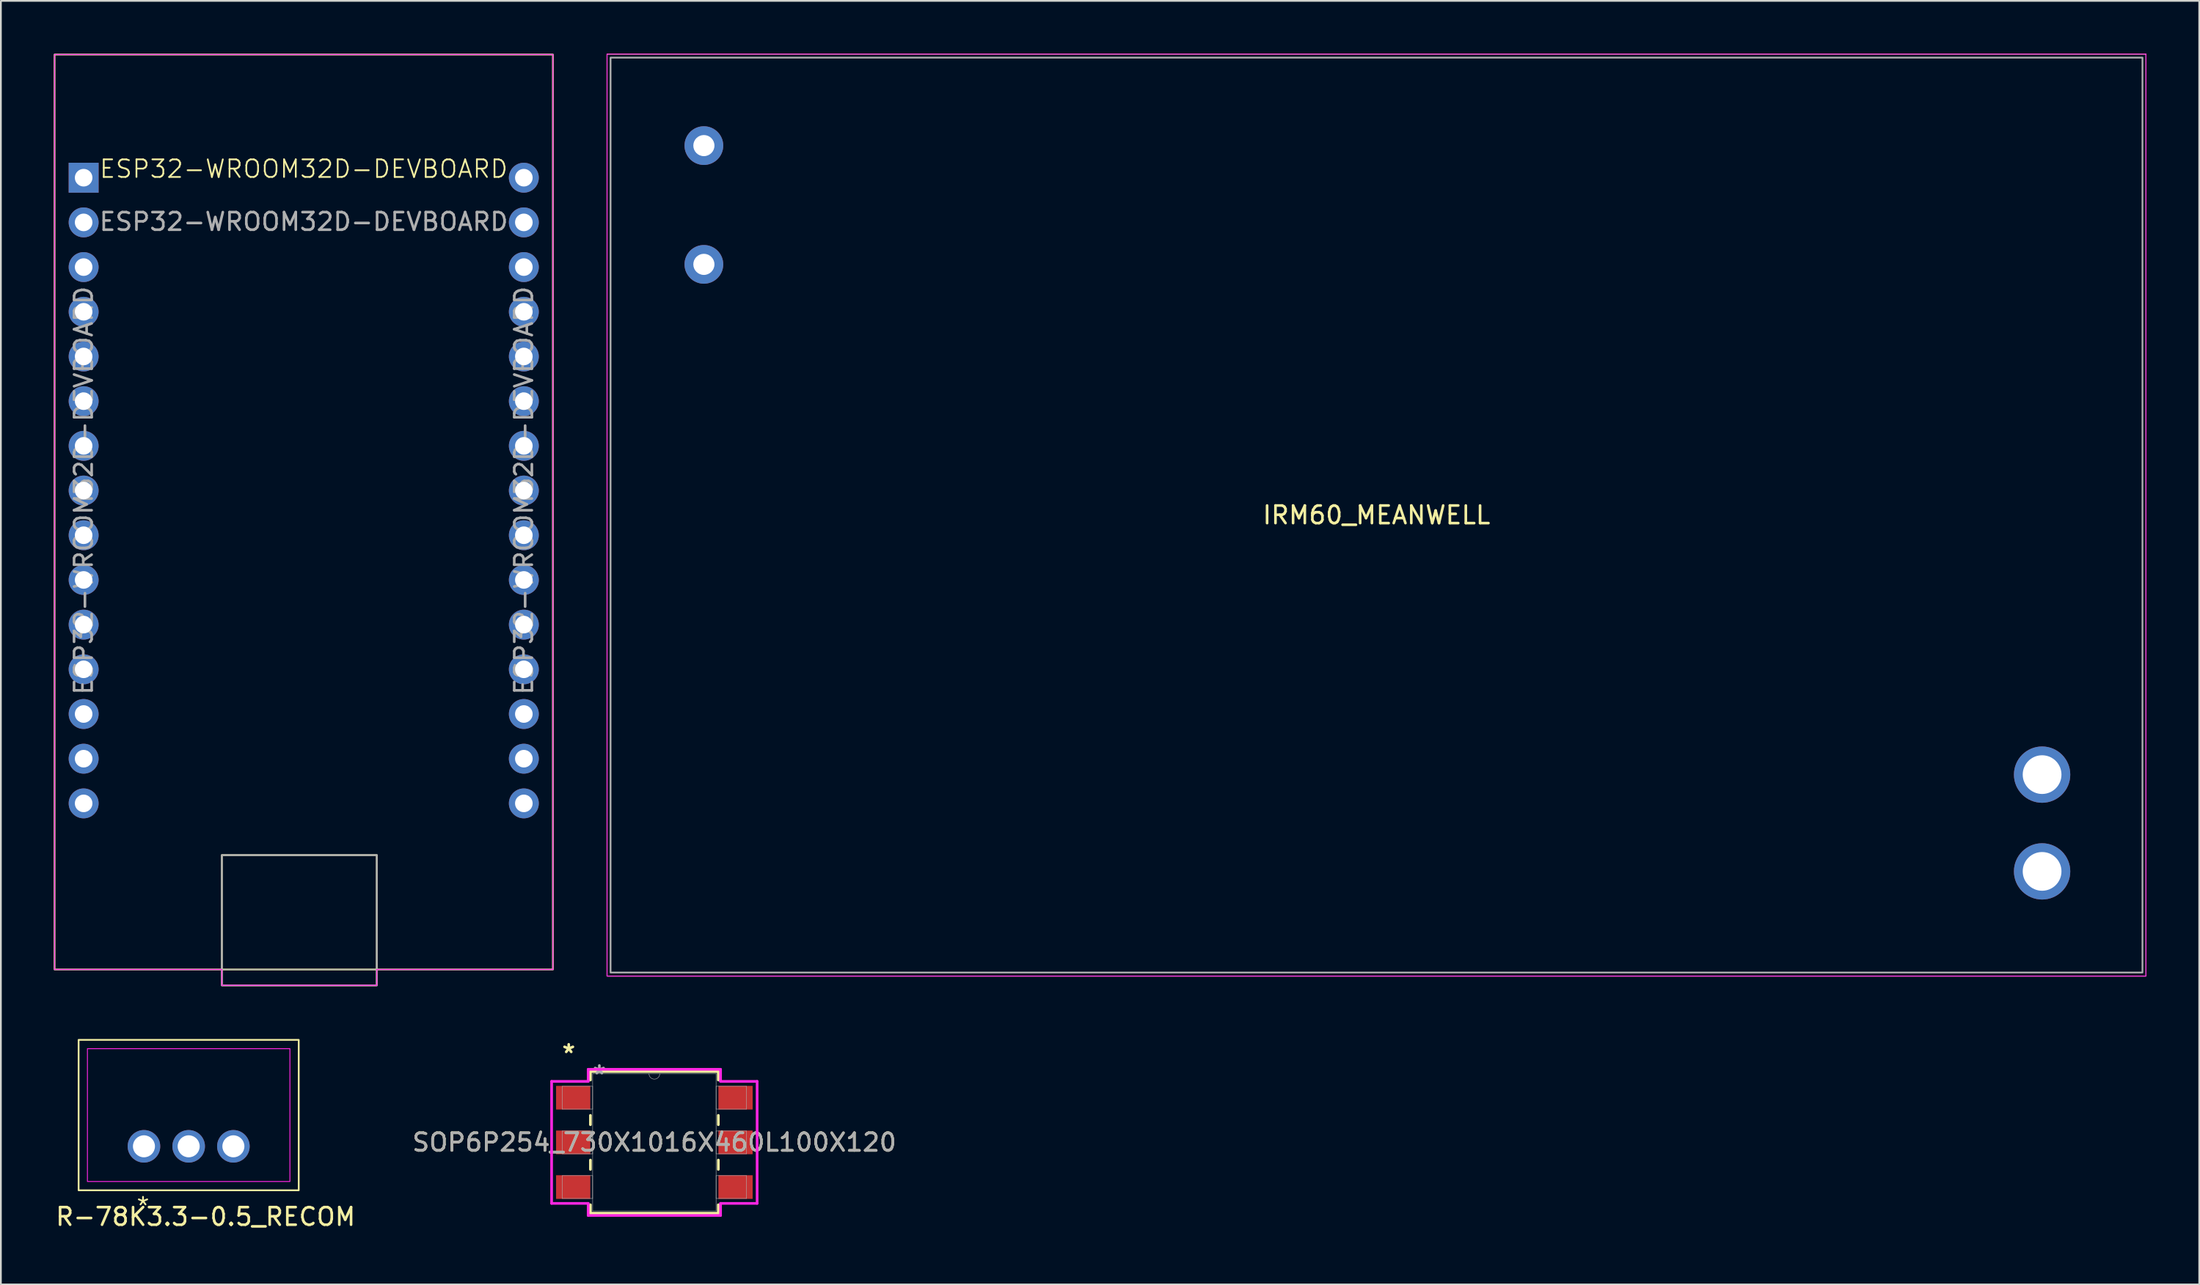
<source format=kicad_pcb>
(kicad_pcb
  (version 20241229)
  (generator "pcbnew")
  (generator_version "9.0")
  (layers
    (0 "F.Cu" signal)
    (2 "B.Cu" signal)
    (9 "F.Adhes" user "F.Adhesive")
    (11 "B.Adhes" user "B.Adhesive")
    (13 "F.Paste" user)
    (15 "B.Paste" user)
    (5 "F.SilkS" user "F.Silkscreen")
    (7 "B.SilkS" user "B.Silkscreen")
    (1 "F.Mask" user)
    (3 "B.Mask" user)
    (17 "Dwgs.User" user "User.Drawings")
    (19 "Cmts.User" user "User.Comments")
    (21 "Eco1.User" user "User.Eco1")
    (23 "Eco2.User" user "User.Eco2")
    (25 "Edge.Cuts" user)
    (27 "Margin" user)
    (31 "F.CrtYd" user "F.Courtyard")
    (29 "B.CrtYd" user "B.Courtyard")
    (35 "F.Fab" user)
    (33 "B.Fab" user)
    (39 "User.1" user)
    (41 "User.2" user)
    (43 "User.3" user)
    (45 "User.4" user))
  (footprint "ESP32-WROOM32D-DEVBOARD"
    (layer "F.Cu")
    (at 14.2 7.05)
    (property "Reference" "ESP32-WROOM32D-DEVBOARD" (at 0 -0.5 0) (unlocked yes) (layer "F.SilkS") (effects (font (size 1 1) (thickness 0.1))))
    (attr smd)
    (fp_rect (start -14.15 -7) (end 14.15 45) (stroke (width 0.1) (type solid)) (fill no) (layer "F.SilkS"))
    (fp_rect (start -4.65 38.5) (end 4.15 45.9) (stroke (width 0.1) (type solid)) (fill no) (layer "F.SilkS"))
    (fp_line (start -14.15 -7) (end -14.15 45) (stroke (width 0.05) (type default)) (layer "F.CrtYd"))
    (fp_line (start -14.15 45) (end -4.65 45) (stroke (width 0.05) (type default)) (layer "F.CrtYd"))
    (fp_line (start -4.65 45.9) (end -4.65 45) (stroke (width 0.05) (type default)) (layer "F.CrtYd"))
    (fp_line (start -4.65 45.9) (end 4.15 45.9) (stroke (width 0.05) (type default)) (layer "F.CrtYd"))
    (fp_line (start 4.15 45) (end 4.15 45.9) (stroke (width 0.05) (type default)) (layer "F.CrtYd"))
    (fp_line (start 14.15 -7) (end -14.15 -7) (stroke (width 0.05) (type default)) (layer "F.CrtYd"))
    (fp_line (start 14.15 45) (end 4.15 45) (stroke (width 0.05) (type default)) (layer "F.CrtYd"))
    (fp_line (start 14.15 45) (end 14.15 -7) (stroke (width 0.05) (type default)) (layer "F.CrtYd"))
    (fp_rect (start -14.15 -7) (end 14.15 45) (stroke (width 0.05) (type solid)) (fill no) (layer "F.Fab"))
    (fp_rect (start -4.65 38.5) (end 4.15 45.9) (stroke (width 0.1) (type solid)) (fill no) (layer "F.Fab"))
    (fp_text user "${REFERENCE}" (at -12.5 17.78 90) (layer "F.Fab") (effects (font (size 1 1) (thickness 0.15))))
    (fp_text user "${REFERENCE}" (at 0 2.5 0) (unlocked yes) (layer "F.Fab") (effects (font (size 1 1) (thickness 0.15))))
    (fp_text user "${REFERENCE}" (at 12.5 17.78 90) (layer "F.Fab") (effects (font (size 1 1) (thickness 0.15))))
    (pad "1" thru_hole rect (at -12.5 0) (size 1.7 1.7) (drill 1) (layers "*.Cu" "*.Mask"))
    (pad "2" thru_hole circle (at -12.5 2.54) (size 1.7 1.7) (drill 1) (layers "*.Cu" "*.Mask"))
    (pad "3" thru_hole circle (at -12.5 5.08) (size 1.7 1.7) (drill 1) (layers "*.Cu" "*.Mask"))
    (pad "4" thru_hole circle (at -12.5 7.62) (size 1.7 1.7) (drill 1) (layers "*.Cu" "*.Mask"))
    (pad "5" thru_hole circle (at -12.5 10.16) (size 1.7 1.7) (drill 1) (layers "*.Cu" "*.Mask"))
    (pad "6" thru_hole circle (at -12.5 12.7) (size 1.7 1.7) (drill 1) (layers "*.Cu" "*.Mask"))
    (pad "7" thru_hole circle (at -12.5 15.24) (size 1.7 1.7) (drill 1) (layers "*.Cu" "*.Mask"))
    (pad "8" thru_hole circle (at -12.5 17.78) (size 1.7 1.7) (drill 1) (layers "*.Cu" "*.Mask"))
    (pad "9" thru_hole circle (at -12.5 20.32) (size 1.7 1.7) (drill 1) (layers "*.Cu" "*.Mask"))
    (pad "10" thru_hole circle (at -12.5 22.86) (size 1.7 1.7) (drill 1) (layers "*.Cu" "*.Mask"))
    (pad "11" thru_hole circle (at -12.5 25.4) (size 1.7 1.7) (drill 1) (layers "*.Cu" "*.Mask"))
    (pad "12" thru_hole circle (at -12.5 27.94) (size 1.7 1.7) (drill 1) (layers "*.Cu" "*.Mask"))
    (pad "13" thru_hole circle (at -12.5 30.48) (size 1.7 1.7) (drill 1) (layers "*.Cu" "*.Mask"))
    (pad "14" thru_hole circle (at -12.5 33.02) (size 1.7 1.7) (drill 1) (layers "*.Cu" "*.Mask"))
    (pad "15" thru_hole circle (at -12.5 35.56) (size 1.7 1.7) (drill 1) (layers "*.Cu" "*.Mask"))
    (pad "16" thru_hole circle (at 12.5 35.56) (size 1.7 1.7) (drill 1) (layers "*.Cu" "*.Mask"))
    (pad "17" thru_hole circle (at 12.5 33.02) (size 1.7 1.7) (drill 1) (layers "*.Cu" "*.Mask"))
    (pad "18" thru_hole circle (at 12.5 30.48) (size 1.7 1.7) (drill 1) (layers "*.Cu" "*.Mask"))
    (pad "19" thru_hole circle (at 12.5 27.94) (size 1.7 1.7) (drill 1) (layers "*.Cu" "*.Mask"))
    (pad "20" thru_hole circle (at 12.5 25.4) (size 1.7 1.7) (drill 1) (layers "*.Cu" "*.Mask"))
    (pad "21" thru_hole circle (at 12.5 22.86) (size 1.7 1.7) (drill 1) (layers "*.Cu" "*.Mask"))
    (pad "22" thru_hole circle (at 12.5 20.32) (size 1.7 1.7) (drill 1) (layers "*.Cu" "*.Mask"))
    (pad "23" thru_hole circle (at 12.5 17.78) (size 1.7 1.7) (drill 1) (layers "*.Cu" "*.Mask"))
    (pad "24" thru_hole circle (at 12.5 15.24) (size 1.7 1.7) (drill 1) (layers "*.Cu" "*.Mask"))
    (pad "25" thru_hole circle (at 12.5 12.7) (size 1.7 1.7) (drill 1) (layers "*.Cu" "*.Mask"))
    (pad "26" thru_hole circle (at 12.5 10.16) (size 1.7 1.7) (drill 1) (layers "*.Cu" "*.Mask"))
    (pad "27" thru_hole circle (at 12.5 7.62) (size 1.7 1.7) (drill 1) (layers "*.Cu" "*.Mask"))
    (pad "28" thru_hole circle (at 12.5 5.08) (size 1.7 1.7) (drill 1) (layers "*.Cu" "*.Mask"))
    (pad "29" thru_hole circle (at 12.5 2.54) (size 1.7 1.7) (drill 1) (layers "*.Cu" "*.Mask"))
    (pad "30" thru_hole circle (at 12.5 0) (size 1.7 1.7) (drill 1) (layers "*.Cu" "*.Mask")))
  (footprint "SOP6P254_730X1016X460L100X120"
    (layer "F.Cu")
    (at 34.113 61.877)
    (property "Reference" "SOP6P254_730X1016X460L100X120" (at 0 0 0) (unlocked yes) (layer "F.SilkS") (effects (font (size 1 1) (thickness 0.15))))
    (attr smd)
    (fp_line (start -3.632 -4.026) (end -3.632 -3.545) (stroke (width 0.152) (type solid)) (layer "F.SilkS"))
    (fp_line (start -3.632 -1.535) (end -3.632 -1.005) (stroke (width 0.152) (type solid)) (layer "F.SilkS"))
    (fp_line (start -3.632 1.005) (end -3.632 1.535) (stroke (width 0.152) (type solid)) (layer "F.SilkS"))
    (fp_line (start -3.632 3.545) (end -3.632 4.026) (stroke (width 0.152) (type solid)) (layer "F.SilkS"))
    (fp_line (start -3.632 4.026) (end 3.632 4.026) (stroke (width 0.152) (type solid)) (layer "F.SilkS"))
    (fp_line (start 3.632 -4.026) (end -3.632 -4.026) (stroke (width 0.152) (type solid)) (layer "F.SilkS"))
    (fp_line (start 3.632 -3.545) (end 3.632 -4.026) (stroke (width 0.152) (type solid)) (layer "F.SilkS"))
    (fp_line (start 3.632 -1.005) (end 3.632 -1.535) (stroke (width 0.152) (type solid)) (layer "F.SilkS"))
    (fp_line (start 3.632 1.535) (end 3.632 1.005) (stroke (width 0.152) (type solid)) (layer "F.SilkS"))
    (fp_line (start 3.632 4.026) (end 3.632 3.545) (stroke (width 0.152) (type solid)) (layer "F.SilkS"))
    (fp_line (start -5.836 -3.467) (end -3.759 -3.467) (stroke (width 0.152) (type solid)) (layer "F.CrtYd"))
    (fp_line (start -5.836 3.467) (end -5.836 -3.467) (stroke (width 0.152) (type solid)) (layer "F.CrtYd"))
    (fp_line (start -5.836 3.467) (end -3.759 3.467) (stroke (width 0.152) (type solid)) (layer "F.CrtYd"))
    (fp_line (start -3.759 -4.153) (end 3.759 -4.153) (stroke (width 0.152) (type solid)) (layer "F.CrtYd"))
    (fp_line (start -3.759 -3.467) (end -3.759 -4.153) (stroke (width 0.152) (type solid)) (layer "F.CrtYd"))
    (fp_line (start -3.759 4.153) (end -3.759 3.467) (stroke (width 0.152) (type solid)) (layer "F.CrtYd"))
    (fp_line (start 3.759 -4.153) (end 3.759 -3.467) (stroke (width 0.152) (type solid)) (layer "F.CrtYd"))
    (fp_line (start 3.759 3.467) (end 3.759 4.153) (stroke (width 0.152) (type solid)) (layer "F.CrtYd"))
    (fp_line (start 3.759 4.153) (end -3.759 4.153) (stroke (width 0.152) (type solid)) (layer "F.CrtYd"))
    (fp_line (start 5.836 -3.467) (end 3.759 -3.467) (stroke (width 0.152) (type solid)) (layer "F.CrtYd"))
    (fp_line (start 5.836 -3.467) (end 5.836 3.467) (stroke (width 0.152) (type solid)) (layer "F.CrtYd"))
    (fp_line (start 5.836 3.467) (end 3.759 3.467) (stroke (width 0.152) (type solid)) (layer "F.CrtYd"))
    (fp_line (start -5.232 -3.188) (end -5.232 -1.892) (stroke (width 0.025) (type solid)) (layer "F.Fab"))
    (fp_line (start -5.232 -1.892) (end -3.505 -1.892) (stroke (width 0.025) (type solid)) (layer "F.Fab"))
    (fp_line (start -5.232 -0.648) (end -5.232 0.648) (stroke (width 0.025) (type solid)) (layer "F.Fab"))
    (fp_line (start -5.232 0.648) (end -3.505 0.648) (stroke (width 0.025) (type solid)) (layer "F.Fab"))
    (fp_line (start -5.232 1.892) (end -5.232 3.188) (stroke (width 0.025) (type solid)) (layer "F.Fab"))
    (fp_line (start -5.232 3.188) (end -3.505 3.188) (stroke (width 0.025) (type solid)) (layer "F.Fab"))
    (fp_line (start -3.505 -3.899) (end -3.505 3.899) (stroke (width 0.025) (type solid)) (layer "F.Fab"))
    (fp_line (start -3.505 -3.188) (end -5.232 -3.188) (stroke (width 0.025) (type solid)) (layer "F.Fab"))
    (fp_line (start -3.505 -1.892) (end -3.505 -3.188) (stroke (width 0.025) (type solid)) (layer "F.Fab"))
    (fp_line (start -3.505 -0.648) (end -5.232 -0.648) (stroke (width 0.025) (type solid)) (layer "F.Fab"))
    (fp_line (start -3.505 0.648) (end -3.505 -0.648) (stroke (width 0.025) (type solid)) (layer "F.Fab"))
    (fp_line (start -3.505 1.892) (end -5.232 1.892) (stroke (width 0.025) (type solid)) (layer "F.Fab"))
    (fp_line (start -3.505 3.188) (end -3.505 1.892) (stroke (width 0.025) (type solid)) (layer "F.Fab"))
    (fp_line (start -3.505 3.899) (end 3.505 3.899) (stroke (width 0.025) (type solid)) (layer "F.Fab"))
    (fp_line (start 3.505 -3.899) (end -3.505 -3.899) (stroke (width 0.025) (type solid)) (layer "F.Fab"))
    (fp_line (start 3.505 -3.188) (end 3.505 -1.892) (stroke (width 0.025) (type solid)) (layer "F.Fab"))
    (fp_line (start 3.505 -1.892) (end 5.232 -1.892) (stroke (width 0.025) (type solid)) (layer "F.Fab"))
    (fp_line (start 3.505 -0.648) (end 3.505 0.648) (stroke (width 0.025) (type solid)) (layer "F.Fab"))
    (fp_line (start 3.505 0.648) (end 5.232 0.648) (stroke (width 0.025) (type solid)) (layer "F.Fab"))
    (fp_line (start 3.505 1.892) (end 3.505 3.188) (stroke (width 0.025) (type solid)) (layer "F.Fab"))
    (fp_line (start 3.505 3.188) (end 5.232 3.188) (stroke (width 0.025) (type solid)) (layer "F.Fab"))
    (fp_line (start 3.505 3.899) (end 3.505 -3.899) (stroke (width 0.025) (type solid)) (layer "F.Fab"))
    (fp_line (start 5.232 -3.188) (end 3.505 -3.188) (stroke (width 0.025) (type solid)) (layer "F.Fab"))
    (fp_line (start 5.232 -1.892) (end 5.232 -3.188) (stroke (width 0.025) (type solid)) (layer "F.Fab"))
    (fp_line (start 5.232 -0.648) (end 3.505 -0.648) (stroke (width 0.025) (type solid)) (layer "F.Fab"))
    (fp_line (start 5.232 0.648) (end 5.232 -0.648) (stroke (width 0.025) (type solid)) (layer "F.Fab"))
    (fp_line (start 5.232 1.892) (end 3.505 1.892) (stroke (width 0.025) (type solid)) (layer "F.Fab"))
    (fp_line (start 5.232 3.188) (end 5.232 1.892) (stroke (width 0.025) (type solid)) (layer "F.Fab"))
    (fp_arc (start 0.3048 -3.8989) (mid 0 -3.5941) (end -0.3048 -3.8989) (stroke (width 0.0254) (type solid)) (layer "F.Fab"))
    (fp_text user "*" (at -4.864 -5.028 0) (layer "F.SilkS") (effects (font (size 1 1) (thickness 0.15))))
    (fp_text user "*" (at -3.124 -3.823 0) (layer "F.Fab") (effects (font (size 1 1) (thickness 0.15))))
    (fp_text user "${REFERENCE}" (at 0 0 0) (unlocked yes) (layer "F.Fab") (effects (font (size 1 1) (thickness 0.15))))
    (pad "1" smd rect (at -4.61 -2.54) (size 1.945 1.345) (layers "F.Cu" "F.Mask" "F.Paste"))
    (pad "2" smd rect (at -4.61 0) (size 1.945 1.345) (layers "F.Cu" "F.Mask" "F.Paste"))
    (pad "3" smd rect (at -4.61 2.54) (size 1.945 1.345) (layers "F.Cu" "F.Mask" "F.Paste"))
    (pad "4" smd rect (at 4.61 2.54) (size 1.945 1.345) (layers "F.Cu" "F.Mask" "F.Paste"))
    (pad "5" smd rect (at 4.61 0) (size 1.945 1.345) (layers "F.Cu" "F.Mask" "F.Paste"))
    (pad "6" smd rect (at 4.61 -2.54) (size 1.945 1.345) (layers "F.Cu" "F.Mask" "F.Paste")))
  (footprint "R-78K3.3-0.5_RECOM"
    (layer "F.Cu")
    (at 5.125 62.1)
    (property "Reference" "R-78K3.3-0.5_RECOM" (at 3.5 4 0) (layer "F.SilkS") (effects (font (size 1 1) (thickness 0.15))))
    (attr through_hole)
    (fp_rect (start -3.71 -6.05) (end 8.79 2.5) (stroke (width 0.1) (type solid)) (fill no) (layer "F.SilkS"))
    (fp_rect (start -3.21 -5.55) (end 8.29 2) (stroke (width 0.05) (type solid)) (fill no) (layer "F.CrtYd"))
    (fp_text user "*" (at -0.5 4 0) (unlocked yes) (layer "F.SilkS") (effects (font (size 1 1) (thickness 0.1)) (justify left bottom)))
    (pad "1" thru_hole circle (at 0 0) (size 1.85 1.85) (drill 1.25) (layers "*.Cu" "*.Mask"))
    (pad "2" thru_hole circle (at 2.54 0) (size 1.85 1.85) (drill 1.25) (layers "*.Cu" "*.Mask"))
    (pad "3" thru_hole circle (at 5.08 0) (size 1.85 1.85) (drill 1.25) (layers "*.Cu" "*.Mask")))
  (footprint "IRM60_MEANWELL"
    (layer "F.Cu")
    (at 75.125 26.225)
    (property "Reference" "IRM60_MEANWELL" (at 0 0 180) (layer "F.SilkS") (effects (font (size 1 1) (thickness 0.15))))
    (attr through_hole)
    (fp_rect (start -43.7 -26.2) (end 43.7 26.2) (stroke (width 0.05) (type solid)) (fill no) (layer "F.SilkS"))
    (fp_rect (start -43.7 -26.2) (end 43.7 26.2) (stroke (width 0.05) (type solid)) (fill no) (layer "F.CrtYd"))
    (fp_rect (start -43.5 -26) (end 43.5 26) (stroke (width 0.1) (type solid)) (fill no) (layer "F.Fab"))
    (pad "1" thru_hole circle (at -38.2 -21) (size 2.2 2.2) (drill 1.2) (layers "*.Cu" "*.Mask"))
    (pad "2" thru_hole circle (at -38.2 -14.25) (size 2.2 2.2) (drill 1.2) (layers "*.Cu" "*.Mask"))
    (pad "3" thru_hole circle (at 37.8 20.25) (size 3.2 3.2) (drill 2.2) (layers "*.Cu" "*.Mask"))
    (pad "4" thru_hole circle (at 37.8 14.75) (size 3.2 3.2) (drill 2.2) (layers "*.Cu" "*.Mask")))
  (gr_rect
    (start -3 -3)
    (end 121.85 69.948)
    (stroke (width 0.1) (type default))
    (fill no)
    (layer "Edge.Cuts")))
</source>
